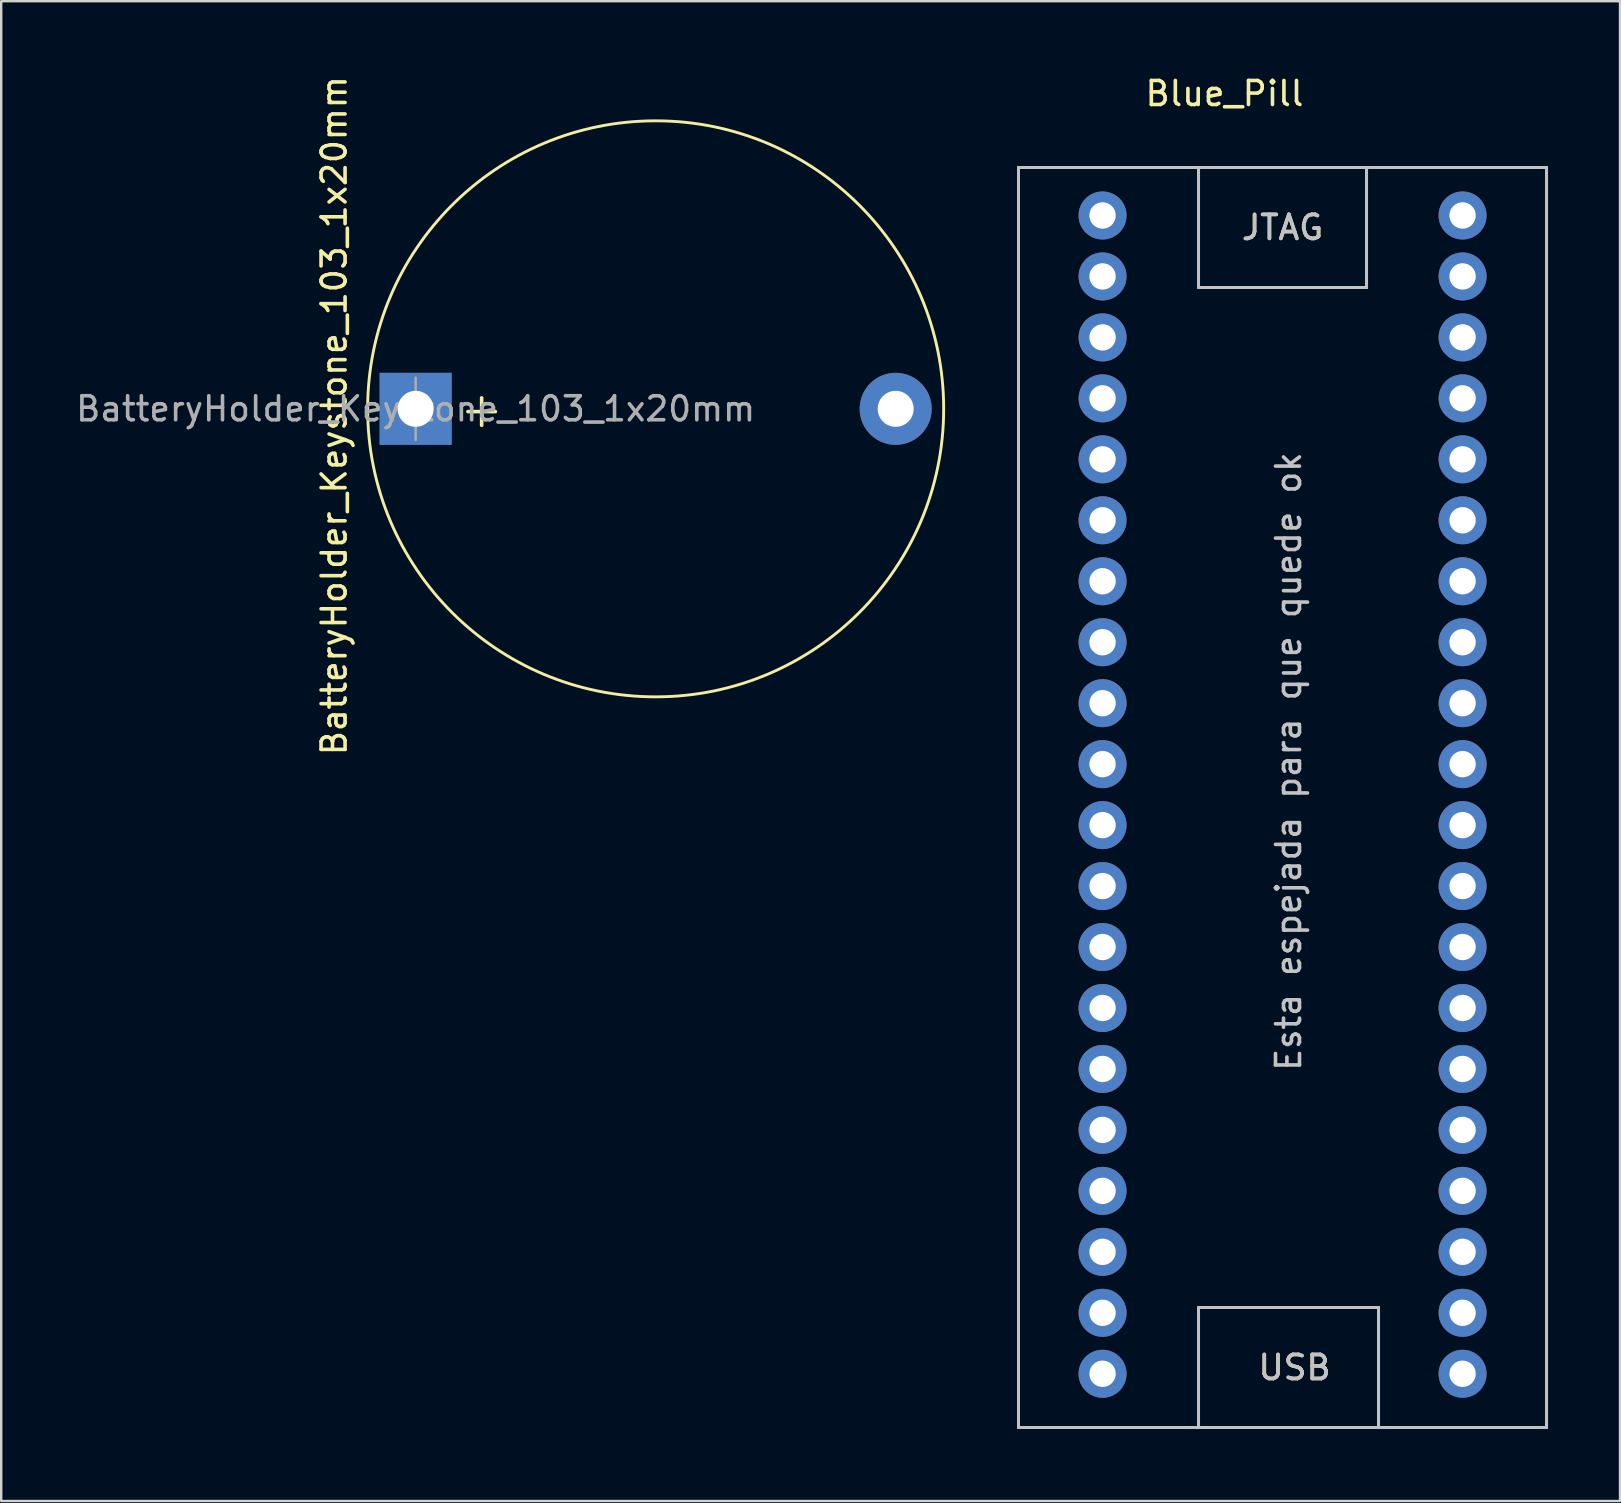
<source format=kicad_pcb>
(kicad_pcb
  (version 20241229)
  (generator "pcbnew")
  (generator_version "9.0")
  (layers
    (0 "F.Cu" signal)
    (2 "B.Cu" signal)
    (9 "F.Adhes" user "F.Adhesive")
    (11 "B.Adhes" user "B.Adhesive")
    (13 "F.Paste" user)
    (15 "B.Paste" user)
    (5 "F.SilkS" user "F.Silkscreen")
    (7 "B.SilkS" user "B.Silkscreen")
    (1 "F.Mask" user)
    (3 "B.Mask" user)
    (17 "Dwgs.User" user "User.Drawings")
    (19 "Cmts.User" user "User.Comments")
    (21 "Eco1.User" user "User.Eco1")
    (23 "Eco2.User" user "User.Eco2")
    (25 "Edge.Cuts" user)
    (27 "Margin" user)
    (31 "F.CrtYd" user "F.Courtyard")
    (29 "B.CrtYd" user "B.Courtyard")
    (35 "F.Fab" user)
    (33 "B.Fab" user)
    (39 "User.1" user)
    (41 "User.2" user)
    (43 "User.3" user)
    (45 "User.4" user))
  (footprint "BatteryHolder_Keystone_103_1x20mm"
    (layer "F.Cu")
    (at 14.268 13.984)
    (property "Reference" "BatteryHolder_Keystone_103_1x20mm" (at -3.396 0.284 270) (layer "F.SilkS") (effects (font (size 1 1) (thickness 0.15))))
    (attr through_hole)
    (fp_circle (center 10 0) (end 22 0) (stroke (width 0.12) (type solid)) (fill no) (layer "F.SilkS"))
    (fp_line (start 0 -1.3) (end 0 1.3) (stroke (width 0.1) (type solid)) (layer "F.Fab"))
    (fp_text user "+" (at 2.75 0 180) (layer "F.SilkS") (effects (font (size 1.5 1.5) (thickness 0.15))))
    (fp_text user "${REFERENCE}" (at 0 0 180) (layer "F.Fab") (effects (font (size 1 1) (thickness 0.15))))
    (pad "1" thru_hole rect (at 0 0) (size 3 3) (drill 1.5) (layers "*.Cu" "*.Mask"))
    (pad "2" thru_hole circle (at 20 0) (size 3 3) (drill 1.5) (layers "*.Cu" "*.Mask")))
  (footprint "Blue_Pill"
    (layer "F.Cu")
    (at 42.888 5.928)
    (property "Reference" "Blue_Pill" (at 5.08 -5.08 0) (layer "F.SilkS") (effects (font (size 1 1) (thickness 0.15))))
    (attr through_hole)
    (fp_line (start -3.5 -2) (end -3.5 50.5) (stroke (width 0.12) (type solid)) (layer "F.SilkS"))
    (fp_line (start -3.5 50.5) (end 18.5 50.5) (stroke (width 0.12) (type solid)) (layer "F.SilkS"))
    (fp_line (start 4 3) (end 4 -2) (stroke (width 0.12) (type solid)) (layer "F.SilkS"))
    (fp_line (start 4 45.5) (end 4 50.5) (stroke (width 0.12) (type solid)) (layer "F.SilkS"))
    (fp_line (start 11 -2) (end 11 3) (stroke (width 0.12) (type solid)) (layer "F.SilkS"))
    (fp_line (start 11 3) (end 4 3) (stroke (width 0.12) (type solid)) (layer "F.SilkS"))
    (fp_line (start 11.5 45.5) (end 4 45.5) (stroke (width 0.12) (type solid)) (layer "F.SilkS"))
    (fp_line (start 11.5 50.5) (end 11.5 45.5) (stroke (width 0.12) (type solid)) (layer "F.SilkS"))
    (fp_line (start 18.5 -2) (end -3.5 -2) (stroke (width 0.12) (type solid)) (layer "F.SilkS"))
    (fp_line (start 18.5 50.5) (end 18.5 -2) (stroke (width 0.12) (type solid)) (layer "F.SilkS"))
    (fp_line (start -3.5 -2) (end 18.5 -2) (stroke (width 0.12) (type solid)) (layer "Dwgs.User"))
    (fp_line (start -3.5 50.5) (end -3.5 -2) (stroke (width 0.12) (type solid)) (layer "Dwgs.User"))
    (fp_line (start 4 -2) (end 4 3) (stroke (width 0.12) (type solid)) (layer "Dwgs.User"))
    (fp_line (start 4 3) (end 11 3) (stroke (width 0.12) (type solid)) (layer "Dwgs.User"))
    (fp_line (start 4 45.5) (end 11.5 45.5) (stroke (width 0.12) (type solid)) (layer "Dwgs.User"))
    (fp_line (start 4 50.5) (end 4 45.5) (stroke (width 0.12) (type solid)) (layer "Dwgs.User"))
    (fp_line (start 11 3) (end 11 -2) (stroke (width 0.12) (type solid)) (layer "Dwgs.User"))
    (fp_line (start 11.5 45.5) (end 11.5 50.5) (stroke (width 0.12) (type solid)) (layer "Dwgs.User"))
    (fp_line (start 18.5 -2) (end 18.5 50.5) (stroke (width 0.12) (type solid)) (layer "Dwgs.User"))
    (fp_line (start 18.5 50.5) (end -3.5 50.5) (stroke (width 0.12) (type solid)) (layer "Dwgs.User"))
    (fp_text user "JTAG" (at 7.5 0.5 0) (layer "F.SilkS") (effects (font (size 1 1) (thickness 0.15))))
    (fp_text user "USB" (at 8 48 0) (layer "F.SilkS") (effects (font (size 1 1) (thickness 0.15))))
    (fp_text user "JTAG" (at 7.5 0.5 0) (layer "Dwgs.User") (effects (font (size 1 1) (thickness 0.15))))
    (fp_text user "USB" (at 8 48 0) (layer "Dwgs.User") (effects (font (size 1 1) (thickness 0.15))))
    (fp_text user "Esta espejada para que quede ok" (at 7.75 22.75 90) (layer "Dwgs.User") (effects (font (size 1 1) (thickness 0.15))))
    (pad "1" thru_hole circle (at 0 0) (size 2 2) (drill 1.1) (layers "*.Cu" "*.Mask"))
    (pad "2" thru_hole circle (at 0 2.54) (size 2 2) (drill 1.1) (layers "*.Cu" "*.Mask"))
    (pad "3" thru_hole circle (at 0 5.08) (size 2 2) (drill 1.1) (layers "*.Cu" "*.Mask"))
    (pad "4" thru_hole circle (at 0 7.62) (size 2 2) (drill 1.1) (layers "*.Cu" "*.Mask"))
    (pad "5" thru_hole circle (at 0 10.16) (size 2 2) (drill 1.1) (layers "*.Cu" "*.Mask"))
    (pad "6" thru_hole circle (at 0 12.7) (size 2 2) (drill 1.1) (layers "*.Cu" "*.Mask"))
    (pad "7" thru_hole circle (at 0 15.24) (size 2 2) (drill 1.1) (layers "*.Cu" "*.Mask"))
    (pad "8" thru_hole circle (at 0 17.78) (size 2 2) (drill 1.1) (layers "*.Cu" "*.Mask"))
    (pad "9" thru_hole circle (at 0 20.32) (size 2 2) (drill 1.1) (layers "*.Cu" "*.Mask"))
    (pad "10" thru_hole circle (at 0 22.86) (size 2 2) (drill 1.1) (layers "*.Cu" "*.Mask"))
    (pad "11" thru_hole circle (at 0 25.4) (size 2 2) (drill 1.1) (layers "*.Cu" "*.Mask"))
    (pad "12" thru_hole circle (at 0 27.94) (size 2 2) (drill 1.1) (layers "*.Cu" "*.Mask"))
    (pad "13" thru_hole circle (at 0 30.48) (size 2 2) (drill 1.1) (layers "*.Cu" "*.Mask"))
    (pad "14" thru_hole circle (at 0 33.02) (size 2 2) (drill 1.1) (layers "*.Cu" "*.Mask"))
    (pad "15" thru_hole circle (at 0 35.56) (size 2 2) (drill 1.1) (layers "*.Cu" "*.Mask"))
    (pad "16" thru_hole circle (at 0 38.1) (size 2 2) (drill 1.1) (layers "*.Cu" "*.Mask"))
    (pad "17" thru_hole circle (at 0 40.64) (size 2 2) (drill 1.1) (layers "*.Cu" "*.Mask"))
    (pad "18" thru_hole circle (at 0 43.18) (size 2 2) (drill 1.1) (layers "*.Cu" "*.Mask"))
    (pad "19" thru_hole circle (at 0 45.72) (size 2 2) (drill 1.1) (layers "*.Cu" "*.Mask"))
    (pad "20" thru_hole circle (at 0 48.26) (size 2 2) (drill 1.1) (layers "*.Cu" "*.Mask"))
    (pad "21" thru_hole circle (at 15 48.26) (size 2 2) (drill 1.1) (layers "*.Cu" "*.Mask"))
    (pad "22" thru_hole circle (at 15 45.72) (size 2 2) (drill 1.1) (layers "*.Cu" "*.Mask"))
    (pad "23" thru_hole circle (at 15 43.18) (size 2 2) (drill 1.1) (layers "*.Cu" "*.Mask"))
    (pad "24" thru_hole circle (at 15 40.64) (size 2 2) (drill 1.1) (layers "*.Cu" "*.Mask"))
    (pad "25" thru_hole circle (at 15 38.1) (size 2 2) (drill 1.1) (layers "*.Cu" "*.Mask"))
    (pad "26" thru_hole circle (at 15 35.56) (size 2 2) (drill 1.1) (layers "*.Cu" "*.Mask"))
    (pad "27" thru_hole circle (at 15 33.02) (size 2 2) (drill 1.1) (layers "*.Cu" "*.Mask"))
    (pad "28" thru_hole circle (at 15 30.48) (size 2 2) (drill 1.1) (layers "*.Cu" "*.Mask"))
    (pad "29" thru_hole circle (at 15 27.94) (size 2 2) (drill 1.1) (layers "*.Cu" "*.Mask"))
    (pad "30" thru_hole circle (at 15 25.4) (size 2 2) (drill 1.1) (layers "*.Cu" "*.Mask"))
    (pad "31" thru_hole circle (at 15 22.86) (size 2 2) (drill 1.1) (layers "*.Cu" "*.Mask"))
    (pad "32" thru_hole circle (at 15 20.32) (size 2 2) (drill 1.1) (layers "*.Cu" "*.Mask"))
    (pad "33" thru_hole circle (at 15 17.78) (size 2 2) (drill 1.1) (layers "*.Cu" "*.Mask"))
    (pad "34" thru_hole circle (at 15 15.24) (size 2 2) (drill 1.1) (layers "*.Cu" "*.Mask"))
    (pad "35" thru_hole circle (at 15 12.7) (size 2 2) (drill 1.1) (layers "*.Cu" "*.Mask"))
    (pad "36" thru_hole circle (at 15 10.16) (size 2 2) (drill 1.1) (layers "*.Cu" "*.Mask"))
    (pad "37" thru_hole circle (at 15 7.62) (size 2 2) (drill 1.1) (layers "*.Cu" "*.Mask"))
    (pad "38" thru_hole circle (at 15 5.08) (size 2 2) (drill 1.1) (layers "*.Cu" "*.Mask"))
    (pad "39" thru_hole circle (at 15 2.54) (size 2 2) (drill 1.1) (layers "*.Cu" "*.Mask"))
    (pad "40" thru_hole circle (at 15 0) (size 2 2) (drill 1.1) (layers "*.Cu" "*.Mask")))
  (gr_rect
    (start -3 -3)
    (end 64.448 59.488)
    (stroke (width 0.1) (type default))
    (fill no)
    (layer "Edge.Cuts")))
</source>
